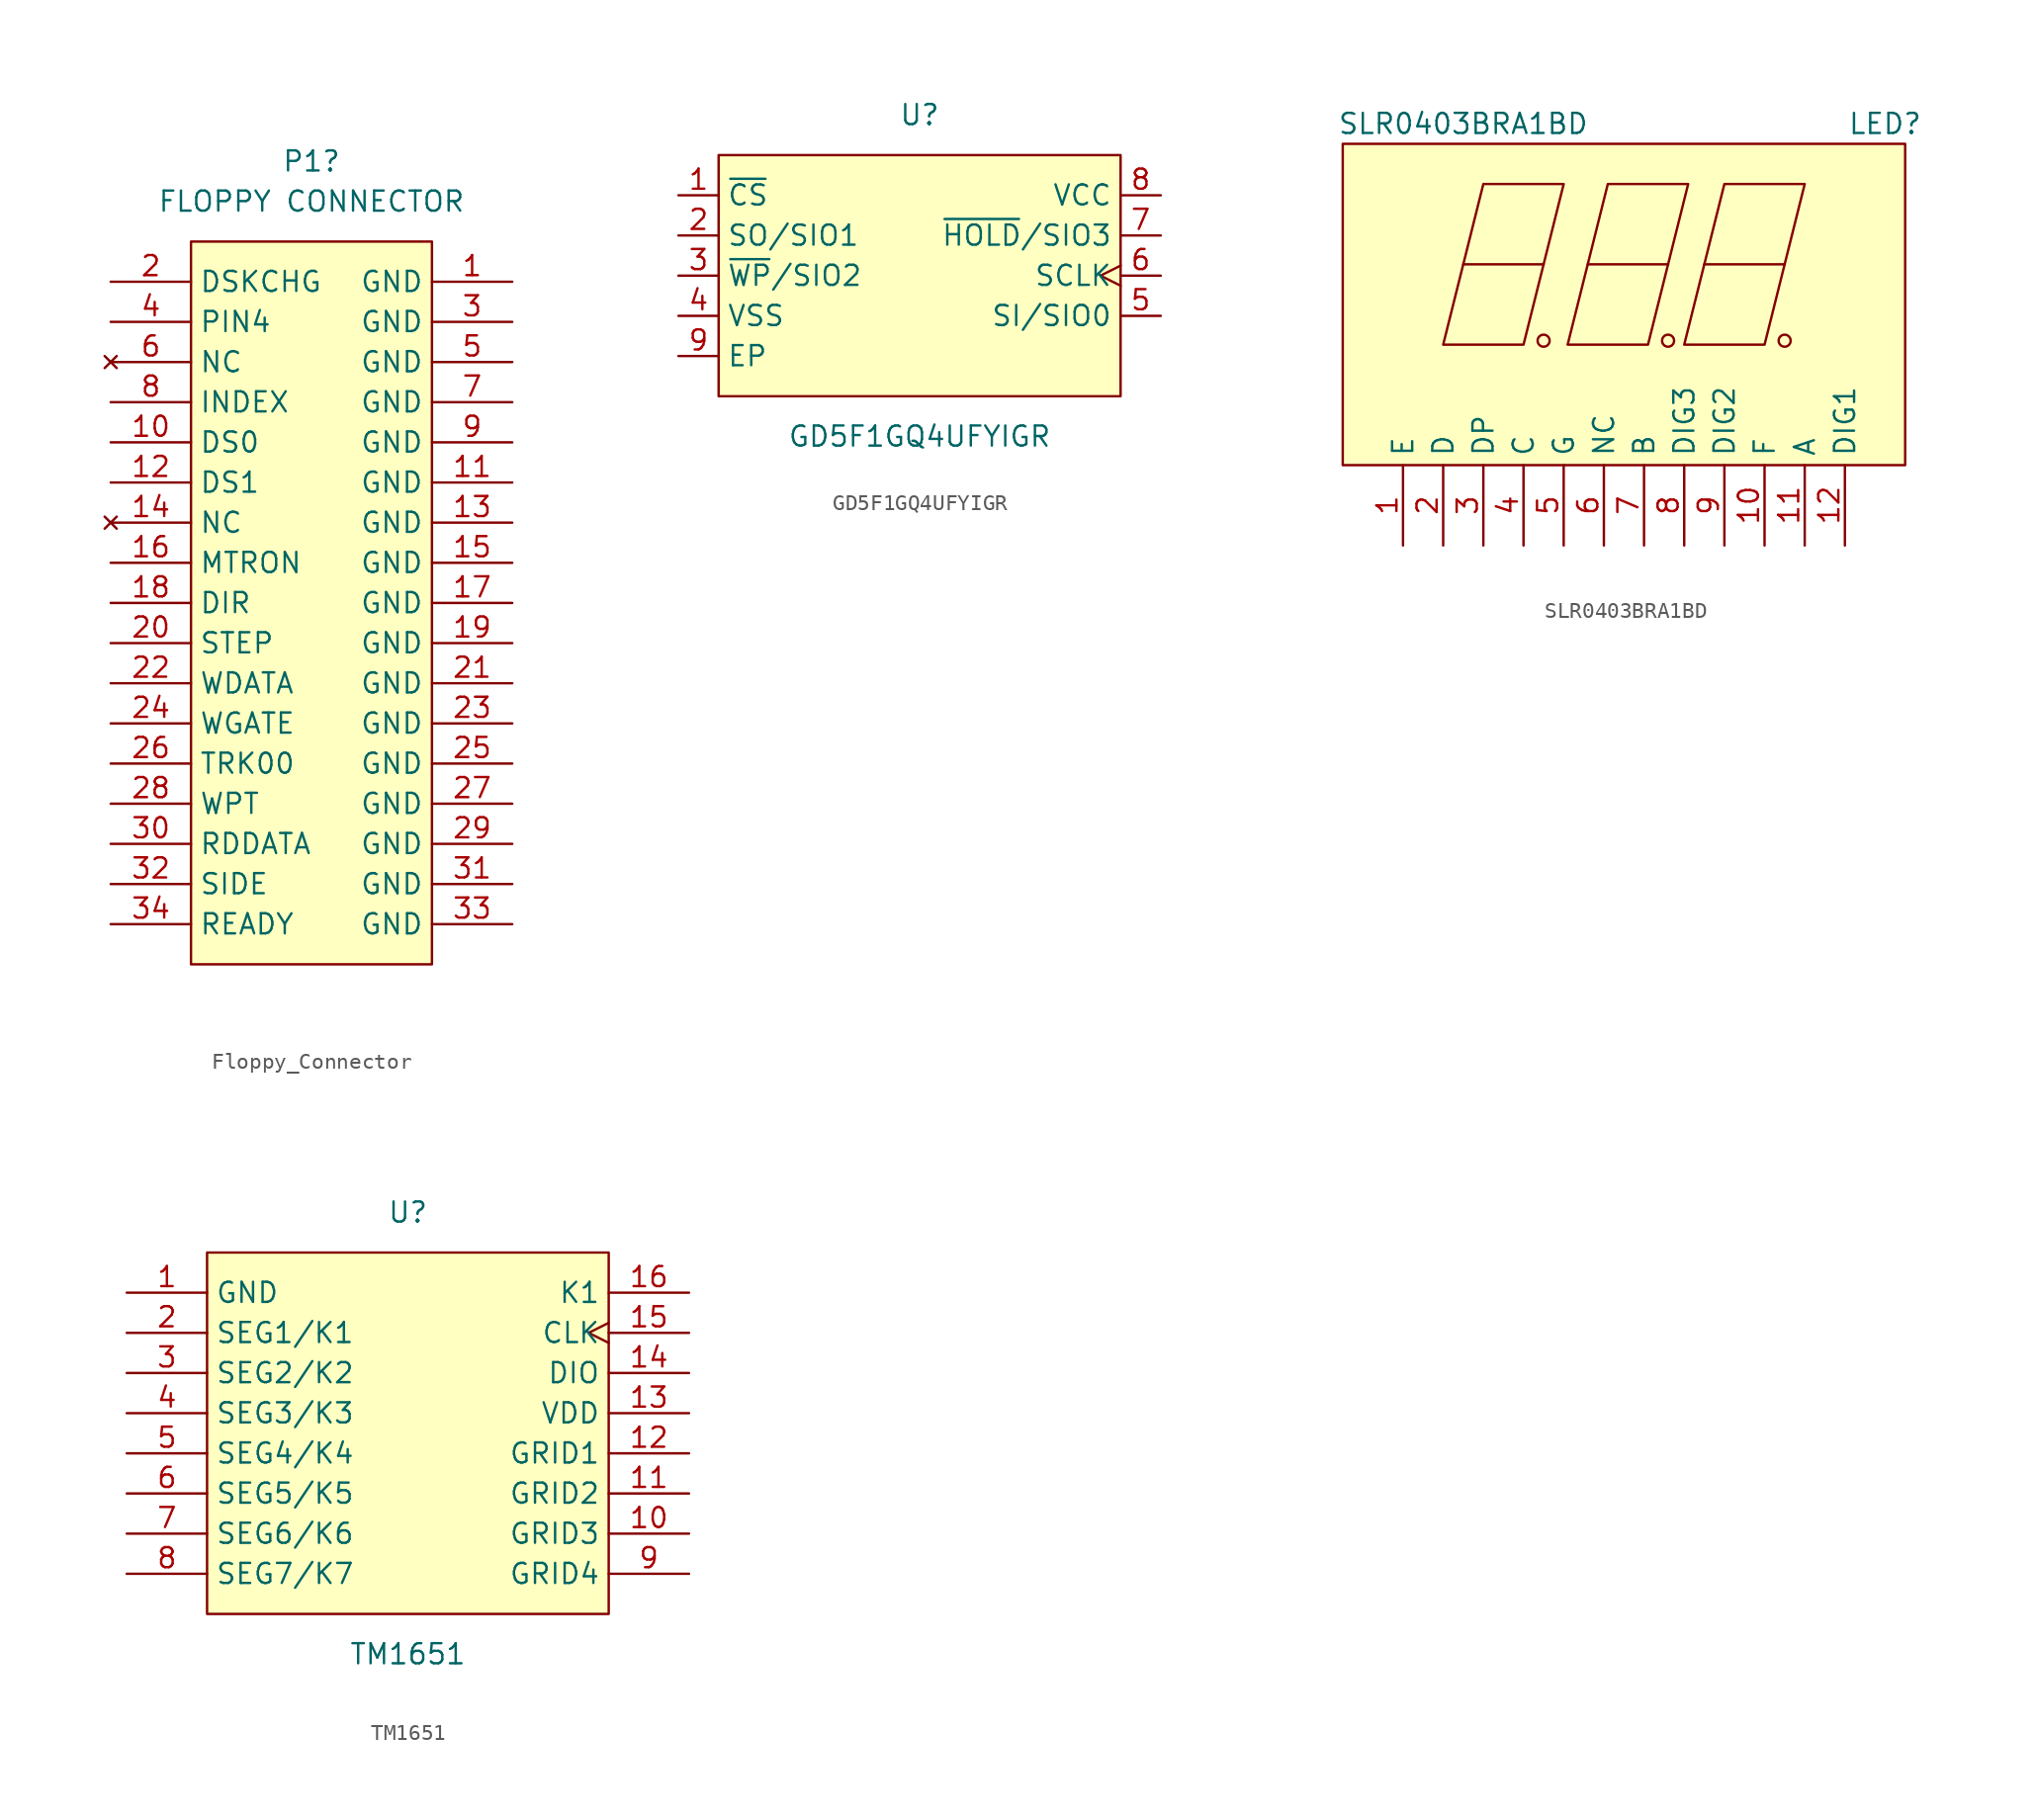
<source format=kicad_sym>
(kicad_symbol_lib
  (version 20220914)
  (generator kicad_symbol_editor)
  (symbol "Floppy_Connector"
    (property "Reference" "P1"
      (at 13.97 48.26 0)
      (effects (font (size 1.27 1.27))))
    (property "Value" " FLOPPY CONNECTOR"
      (at 13.97 45.72 0)
      (effects (font (size 1.27 1.27))))
    (symbol "Floppy_Connector_1_1"
      (rectangle (start 6.35 43.18) (end 21.59 -2.54) (stroke (width 0) (type default)) (fill (type background)))
      (pin input line (at 26.67 40.64 180) (length 5.08) (name "GND" (effects (font (size 1.27 1.27)))) (number "1" (effects (font (size 1.27 1.27)))))
      (pin input line (at 1.27 30.48 0) (length 5.08) (name "DS0" (effects (font (size 1.27 1.27)))) (number "10" (effects (font (size 1.27 1.27)))))
      (pin input line (at 26.67 27.94 180) (length 5.08) (name "GND" (effects (font (size 1.27 1.27)))) (number "11" (effects (font (size 1.27 1.27)))))
      (pin input line (at 1.27 27.94 0) (length 5.08) (name "DS1" (effects (font (size 1.27 1.27)))) (number "12" (effects (font (size 1.27 1.27)))))
      (pin input line (at 26.67 25.4 180) (length 5.08) (name "GND" (effects (font (size 1.27 1.27)))) (number "13" (effects (font (size 1.27 1.27)))))
      (pin no_connect line (at 1.27 25.4 0) (length 5.08) (name "NC" (effects (font (size 1.27 1.27)))) (number "14" (effects (font (size 1.27 1.27)))))
      (pin input line (at 26.67 22.86 180) (length 5.08) (name "GND" (effects (font (size 1.27 1.27)))) (number "15" (effects (font (size 1.27 1.27)))))
      (pin input line (at 1.27 22.86 0) (length 5.08) (name "MTRON" (effects (font (size 1.27 1.27)))) (number "16" (effects (font (size 1.27 1.27)))))
      (pin input line (at 26.67 20.32 180) (length 5.08) (name "GND" (effects (font (size 1.27 1.27)))) (number "17" (effects (font (size 1.27 1.27)))))
      (pin input line (at 1.27 20.32 0) (length 5.08) (name "DIR" (effects (font (size 1.27 1.27)))) (number "18" (effects (font (size 1.27 1.27)))))
      (pin input line (at 26.67 17.78 180) (length 5.08) (name "GND" (effects (font (size 1.27 1.27)))) (number "19" (effects (font (size 1.27 1.27)))))
      (pin output line (at 1.27 40.64 0) (length 5.08) (name "DSKCHG" (effects (font (size 1.27 1.27)))) (number "2" (effects (font (size 1.27 1.27)))))
      (pin input line (at 1.27 17.78 0) (length 5.08) (name "STEP" (effects (font (size 1.27 1.27)))) (number "20" (effects (font (size 1.27 1.27)))))
      (pin input line (at 26.67 15.24 180) (length 5.08) (name "GND" (effects (font (size 1.27 1.27)))) (number "21" (effects (font (size 1.27 1.27)))))
      (pin input line (at 1.27 15.24 0) (length 5.08) (name "WDATA" (effects (font (size 1.27 1.27)))) (number "22" (effects (font (size 1.27 1.27)))))
      (pin input line (at 26.67 12.7 180) (length 5.08) (name "GND" (effects (font (size 1.27 1.27)))) (number "23" (effects (font (size 1.27 1.27)))))
      (pin input line (at 1.27 12.7 0) (length 5.08) (name "WGATE" (effects (font (size 1.27 1.27)))) (number "24" (effects (font (size 1.27 1.27)))))
      (pin input line (at 26.67 10.16 180) (length 5.08) (name "GND" (effects (font (size 1.27 1.27)))) (number "25" (effects (font (size 1.27 1.27)))))
      (pin output line (at 1.27 10.16 0) (length 5.08) (name "TRK00" (effects (font (size 1.27 1.27)))) (number "26" (effects (font (size 1.27 1.27)))))
      (pin input line (at 26.67 7.62 180) (length 5.08) (name "GND" (effects (font (size 1.27 1.27)))) (number "27" (effects (font (size 1.27 1.27)))))
      (pin output line (at 1.27 7.62 0) (length 5.08) (name "WPT" (effects (font (size 1.27 1.27)))) (number "28" (effects (font (size 1.27 1.27)))))
      (pin input line (at 26.67 5.08 180) (length 5.08) (name "GND" (effects (font (size 1.27 1.27)))) (number "29" (effects (font (size 1.27 1.27)))))
      (pin input line (at 26.67 38.1 180) (length 5.08) (name "GND" (effects (font (size 1.27 1.27)))) (number "3" (effects (font (size 1.27 1.27)))))
      (pin output line (at 1.27 5.08 0) (length 5.08) (name "RDDATA" (effects (font (size 1.27 1.27)))) (number "30" (effects (font (size 1.27 1.27)))))
      (pin input line (at 26.67 2.54 180) (length 5.08) (name "GND" (effects (font (size 1.27 1.27)))) (number "31" (effects (font (size 1.27 1.27)))))
      (pin input line (at 1.27 2.54 0) (length 5.08) (name "SIDE" (effects (font (size 1.27 1.27)))) (number "32" (effects (font (size 1.27 1.27)))))
      (pin input line (at 26.67 0 180) (length 5.08) (name "GND" (effects (font (size 1.27 1.27)))) (number "33" (effects (font (size 1.27 1.27)))))
      (pin output line (at 1.27 0 0) (length 5.08) (name "READY" (effects (font (size 1.27 1.27)))) (number "34" (effects (font (size 1.27 1.27)))))
      (pin input line (at 1.27 38.1 0) (length 5.08) (name "PIN4" (effects (font (size 1.27 1.27)))) (number "4" (effects (font (size 1.27 1.27)))))
      (pin input line (at 26.67 35.56 180) (length 5.08) (name "GND" (effects (font (size 1.27 1.27)))) (number "5" (effects (font (size 1.27 1.27)))))
      (pin no_connect line (at 1.27 35.56 0) (length 5.08) (name "NC" (effects (font (size 1.27 1.27)))) (number "6" (effects (font (size 1.27 1.27)))))
      (pin input line (at 26.67 33.02 180) (length 5.08) (name "GND" (effects (font (size 1.27 1.27)))) (number "7" (effects (font (size 1.27 1.27)))))
      (pin output line (at 1.27 33.02 0) (length 5.08) (name "INDEX" (effects (font (size 1.27 1.27)))) (number "8" (effects (font (size 1.27 1.27)))))
      (pin input line (at 26.67 30.48 180) (length 5.08) (name "GND" (effects (font (size 1.27 1.27)))) (number "9" (effects (font (size 1.27 1.27)))))))
  (symbol "GD5F1GQ4UFYIGR"
    (property "Reference" "U"
      (at 0 10.16 0)
      (effects (font (size 1.27 1.27))))
    (property "Value" "GD5F1GQ4UFYIGR"
      (at 0 -10.16 0)
      (effects (font (size 1.27 1.27))))
    (symbol "GD5F1GQ4UFYIGR_0_1"
      (rectangle (start -12.7 7.62) (end 12.7 -7.62) (stroke (width 0) (type default)) (fill (type background)))
      (pin input line (at -15.24 5.08 0) (length 2.54) (name "~{CS}" (effects (font (size 1.27 1.27)))) (number "1" (effects (font (size 1.27 1.27)))))
      (pin bidirectional line (at -15.24 2.54 0) (length 2.54) (name "SO/SIO1" (effects (font (size 1.27 1.27)))) (number "2" (effects (font (size 1.27 1.27)))))
      (pin bidirectional line (at -15.24 0 0) (length 2.54) (name "~{WP}/SIO2" (effects (font (size 1.27 1.27)))) (number "3" (effects (font (size 1.27 1.27)))))
      (pin bidirectional line (at 15.24 -2.54 180) (length 2.54) (name "SI/SIO0" (effects (font (size 1.27 1.27)))) (number "5" (effects (font (size 1.27 1.27)))))
      (pin input clock (at 15.24 0 180) (length 2.54) (name "SCLK" (effects (font (size 1.27 1.27)))) (number "6" (effects (font (size 1.27 1.27)))))
      (pin input line (at 15.24 2.54 180) (length 2.54) (name "~{HOLD}/SIO3" (effects (font (size 1.27 1.27)))) (number "7" (effects (font (size 1.27 1.27)))))
      (pin power_in line (at 15.24 5.08 180) (length 2.54) (name "VCC" (effects (font (size 1.27 1.27)))) (number "8" (effects (font (size 1.27 1.27))))))
    (symbol "GD5F1GQ4UFYIGR_1_1"
      (pin power_in line (at -15.24 -2.54 0) (length 2.54) (name "VSS" (effects (font (size 1.27 1.27)))) (number "4" (effects (font (size 1.27 1.27)))))
      (pin power_in line (at -15.24 -5.08 0) (length 2.54) (name "EP" (effects (font (size 1.27 1.27)))) (number "9" (effects (font (size 1.27 1.27)))))))
  (symbol "SLR0403BRA1BD"
    (property "Reference" "LED"
      (at 34.29 1.27 0)
      (effects (font (size 1.27 1.27))))
    (property "Value" "SLR0403BRA1BD"
      (at 7.62 1.27 0)
      (effects (font (size 1.27 1.27))))
    (symbol "SLR0403BRA1BD_0_1"
      (polyline (pts (xy 7.62 -7.62) (xy 12.7 -7.62)) (stroke (width 0) (type default)) (fill (type none)))
      (polyline (pts (xy 15.49 -7.62) (xy 20.57 -7.62)) (stroke (width 0) (type default)) (fill (type none)))
      (polyline (pts (xy 22.86 -7.62) (xy 27.94 -7.62)) (stroke (width 0) (type default)) (fill (type none)))
      (polyline (pts (xy 8.89 -2.54) (xy 13.97 -2.54) (xy 11.43 -12.7) (xy 6.35 -12.7) (xy 8.89 -2.54)) (stroke (width 0) (type default)) (fill (type background)))
      (polyline (pts (xy 16.76 -2.54) (xy 21.84 -2.54) (xy 19.3 -12.7) (xy 14.22 -12.7) (xy 16.76 -2.54)) (stroke (width 0) (type default)) (fill (type background)))
      (polyline (pts (xy 24.13 -2.54) (xy 29.21 -2.54) (xy 26.67 -12.7) (xy 21.59 -12.7) (xy 24.13 -2.54)) (stroke (width 0) (type default)) (fill (type background)))
      (rectangle (start 0 0) (end 35.56 -20.32) (stroke (width 0) (type default)) (fill (type background)))
      (circle (center 12.7 -12.45) (radius 0.38) (stroke (width 0) (type default)) (fill (type none)))
      (circle (center 20.57 -12.45) (radius 0.38) (stroke (width 0) (type default)) (fill (type none)))
      (circle (center 27.94 -12.45) (radius 0.38) (stroke (width 0) (type default)) (fill (type none)))
      (pin input line (at 3.81 -25.4 90) (length 5.08) (name "E" (effects (font (size 1.27 1.27)))) (number "1" (effects (font (size 1.27 1.27)))))
      (pin input line (at 26.67 -25.4 90) (length 5.08) (name "F" (effects (font (size 1.27 1.27)))) (number "10" (effects (font (size 1.27 1.27)))))
      (pin input line (at 29.21 -25.4 90) (length 5.08) (name "A" (effects (font (size 1.27 1.27)))) (number "11" (effects (font (size 1.27 1.27)))))
      (pin input line (at 31.75 -25.4 90) (length 5.08) (name "DIG1" (effects (font (size 1.27 1.27)))) (number "12" (effects (font (size 1.27 1.27)))))
      (pin input line (at 6.35 -25.4 90) (length 5.08) (name "D" (effects (font (size 1.27 1.27)))) (number "2" (effects (font (size 1.27 1.27)))))
      (pin input line (at 8.89 -25.4 90) (length 5.08) (name "DP" (effects (font (size 1.27 1.27)))) (number "3" (effects (font (size 1.27 1.27)))))
      (pin input line (at 11.43 -25.4 90) (length 5.08) (name "C" (effects (font (size 1.27 1.27)))) (number "4" (effects (font (size 1.27 1.27)))))
      (pin output line (at 13.97 -25.4 90) (length 5.08) (name "G" (effects (font (size 1.27 1.27)))) (number "5" (effects (font (size 1.27 1.27)))))
      (pin input line (at 19.05 -25.4 90) (length 5.08) (name "B" (effects (font (size 1.27 1.27)))) (number "7" (effects (font (size 1.27 1.27)))))
      (pin input line (at 21.59 -25.4 90) (length 5.08) (name "DIG3" (effects (font (size 1.27 1.27)))) (number "8" (effects (font (size 1.27 1.27)))))
      (pin input line (at 24.13 -25.4 90) (length 5.08) (name "DIG2" (effects (font (size 1.27 1.27)))) (number "9" (effects (font (size 1.27 1.27))))))
    (symbol "SLR0403BRA1BD_1_1"
      (pin input line (at 16.51 -25.4 90) (length 5.08) (name "NC" (effects (font (size 1.27 1.27)))) (number "6" (effects (font (size 1.27 1.27)))))))
  (symbol "TM1651"
    (property "Reference" "U"
      (at 0 13.97 0)
      (effects (font (size 1.27 1.27))))
    (property "Value" "TM1651"
      (at 0 -13.97 0)
      (effects (font (size 1.27 1.27))))
    (symbol "TM1651_0_1"
      (rectangle (start -12.7 11.43) (end 12.7 -11.43) (stroke (width 0) (type default)) (fill (type background)))
      (pin power_in line (at -17.78 8.89 0) (length 5.08) (name "GND" (effects (font (size 1.27 1.27)))) (number "1" (effects (font (size 1.27 1.27)))))
      (pin output line (at 17.78 -6.35 180) (length 5.08) (name "GRID3" (effects (font (size 1.27 1.27)))) (number "10" (effects (font (size 1.27 1.27)))))
      (pin output line (at 17.78 -3.81 180) (length 5.08) (name "GRID2" (effects (font (size 1.27 1.27)))) (number "11" (effects (font (size 1.27 1.27)))))
      (pin output line (at 17.78 -1.27 180) (length 5.08) (name "GRID1" (effects (font (size 1.27 1.27)))) (number "12" (effects (font (size 1.27 1.27)))))
      (pin power_in line (at 17.78 1.27 180) (length 5.08) (name "VDD" (effects (font (size 1.27 1.27)))) (number "13" (effects (font (size 1.27 1.27)))))
      (pin bidirectional line (at 17.78 3.81 180) (length 5.08) (name "DIO" (effects (font (size 1.27 1.27)))) (number "14" (effects (font (size 1.27 1.27)))))
      (pin input clock (at 17.78 6.35 180) (length 5.08) (name "CLK" (effects (font (size 1.27 1.27)))) (number "15" (effects (font (size 1.27 1.27)))))
      (pin input line (at 17.78 8.89 180) (length 5.08) (name "K1" (effects (font (size 1.27 1.27)))) (number "16" (effects (font (size 1.27 1.27)))))
      (pin output line (at -17.78 6.35 0) (length 5.08) (name "SEG1/K1" (effects (font (size 1.27 1.27)))) (number "2" (effects (font (size 1.27 1.27)))))
      (pin output line (at -17.78 3.81 0) (length 5.08) (name "SEG2/K2" (effects (font (size 1.27 1.27)))) (number "3" (effects (font (size 1.27 1.27)))))
      (pin output line (at -17.78 1.27 0) (length 5.08) (name "SEG3/K3" (effects (font (size 1.27 1.27)))) (number "4" (effects (font (size 1.27 1.27)))))
      (pin output line (at -17.78 -1.27 0) (length 5.08) (name "SEG4/K4" (effects (font (size 1.27 1.27)))) (number "5" (effects (font (size 1.27 1.27)))))
      (pin output line (at -17.78 -3.81 0) (length 5.08) (name "SEG5/K5" (effects (font (size 1.27 1.27)))) (number "6" (effects (font (size 1.27 1.27)))))
      (pin output line (at -17.78 -6.35 0) (length 5.08) (name "SEG6/K6" (effects (font (size 1.27 1.27)))) (number "7" (effects (font (size 1.27 1.27)))))
      (pin output line (at -17.78 -8.89 0) (length 5.08) (name "SEG7/K7" (effects (font (size 1.27 1.27)))) (number "8" (effects (font (size 1.27 1.27)))))
      (pin output line (at 17.78 -8.89 180) (length 5.08) (name "GRID4" (effects (font (size 1.27 1.27)))) (number "9" (effects (font (size 1.27 1.27))))))))
</source>
